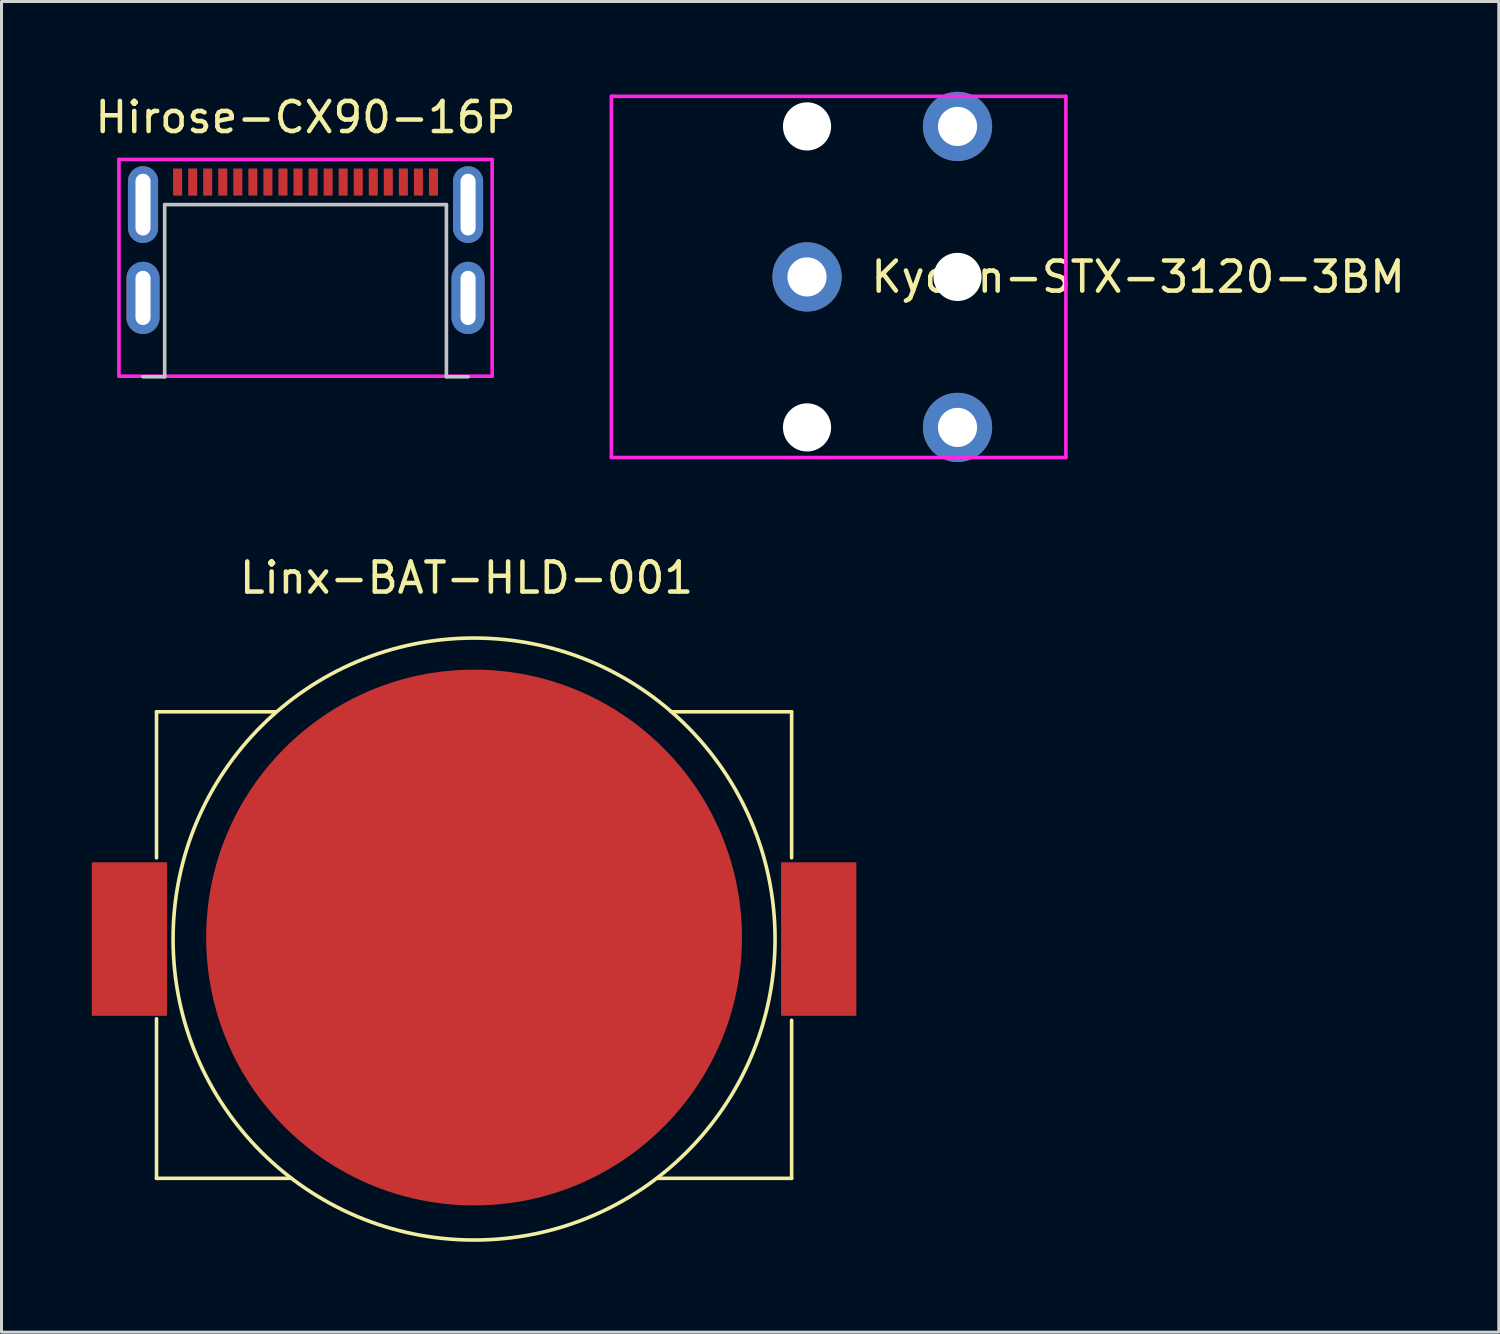
<source format=kicad_pcb>
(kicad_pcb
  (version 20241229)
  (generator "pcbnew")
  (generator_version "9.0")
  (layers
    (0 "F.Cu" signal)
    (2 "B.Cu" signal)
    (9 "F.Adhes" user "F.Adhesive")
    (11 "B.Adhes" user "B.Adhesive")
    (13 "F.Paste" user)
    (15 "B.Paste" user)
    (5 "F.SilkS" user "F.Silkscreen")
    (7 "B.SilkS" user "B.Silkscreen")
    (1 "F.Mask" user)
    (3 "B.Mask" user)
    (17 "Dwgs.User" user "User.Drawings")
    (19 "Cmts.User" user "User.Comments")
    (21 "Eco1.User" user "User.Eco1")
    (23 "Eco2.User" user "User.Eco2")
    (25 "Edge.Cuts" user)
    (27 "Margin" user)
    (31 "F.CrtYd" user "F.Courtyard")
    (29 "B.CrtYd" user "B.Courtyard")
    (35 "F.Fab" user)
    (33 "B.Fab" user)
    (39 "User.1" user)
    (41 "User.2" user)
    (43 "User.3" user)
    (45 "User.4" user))
  (footprint "Kycon-STX-3120-3BM"
    (layer "F.Cu")
    (at 23.762 6.15)
    (property "Reference" "Kycon-STX-3120-3BM" (at 11 0 0) (layer "F.SilkS") (effects (font (size 1 1) (thickness 0.15))))
    (attr through_hole)
    (fp_line (start -6.5 -6) (end -6.4 -6) (stroke (width 0.12) (type solid)) (layer "F.CrtYd"))
    (fp_line (start -6.5 6) (end -6.5 -6) (stroke (width 0.12) (type solid)) (layer "F.CrtYd"))
    (fp_line (start -6.4 -6) (end 8.6 -6) (stroke (width 0.12) (type solid)) (layer "F.CrtYd"))
    (fp_line (start 8.6 -6) (end 8.6 6) (stroke (width 0.12) (type solid)) (layer "F.CrtYd"))
    (fp_line (start 8.6 6) (end -6.5 6) (stroke (width 0.12) (type solid)) (layer "F.CrtYd"))
    (pad "" np_thru_hole circle (at 0 -5) (size 1.6 1.6) (drill 1.6) (layers "*.Cu" "*.Mask"))
    (pad "" np_thru_hole circle (at 0 5) (size 1.6 1.6) (drill 1.6) (layers "*.Cu" "*.Mask"))
    (pad "" np_thru_hole circle (at 5 0) (size 1.6 1.6) (drill 1.6) (layers "*.Cu" "*.Mask"))
    (pad "R" thru_hole circle (at 5 5) (size 2.3 2.3) (drill 1.3) (layers "*.Cu" "*.Mask"))
    (pad "S" thru_hole circle (at 0 0) (size 2.3 2.3) (drill 1.3) (layers "*.Cu" "*.Mask"))
    (pad "T" thru_hole circle (at 5 -5) (size 2.3 2.3) (drill 1.3) (layers "*.Cu" "*.Mask")))
  (footprint "Linx-BAT-HLD-001"
    (layer "F.Cu")
    (at 12.7 28.148)
    (property "Reference" "Linx-BAT-HLD-001" (at -0.25 -12 0) (layer "F.SilkS") (effects (font (size 1 1) (thickness 0.15))))
    (attr through_hole)
    (fp_line (start -10.55 -7.55) (end -10.55 -2.7) (stroke (width 0.12) (type solid)) (layer "F.SilkS"))
    (fp_line (start -10.55 -7.55) (end -6.6 -7.55) (stroke (width 0.12) (type solid)) (layer "F.SilkS"))
    (fp_line (start -10.55 2.65) (end -10.55 7.95) (stroke (width 0.12) (type solid)) (layer "F.SilkS"))
    (fp_line (start -10.55 7.95) (end -6.1 7.95) (stroke (width 0.12) (type solid)) (layer "F.SilkS"))
    (fp_line (start 10.55 -7.55) (end 6.55 -7.55) (stroke (width 0.12) (type solid)) (layer "F.SilkS"))
    (fp_line (start 10.55 -7.55) (end 10.55 -2.7) (stroke (width 0.12) (type solid)) (layer "F.SilkS"))
    (fp_line (start 10.55 2.7) (end 10.55 7.95) (stroke (width 0.12) (type solid)) (layer "F.SilkS"))
    (fp_line (start 10.55 7.95) (end 6.1 7.95) (stroke (width 0.12) (type solid)) (layer "F.SilkS"))
    (fp_circle (center 0 0) (end 10 0) (stroke (width 0.12) (type solid)) (fill no) (layer "F.SilkS"))
    (pad "1" smd rect (at -11.45 0) (size 2.5 5.1) (layers "F.Cu" "F.Mask" "F.Paste"))
    (pad "1" smd rect (at 11.45 0) (size 2.5 5.1) (layers "F.Cu" "F.Mask" "F.Paste"))
    (pad "2" smd circle (at 0 -0.05) (size 17.8 17.8) (layers "F.Cu" "F.Mask" "F.Paste")))
  (footprint "Hirose-CX90-16P"
    (layer "F.Cu")
    (at 7.101 6.848)
    (property "Reference" "Hirose-CX90-16P" (at 0 -6 0) (layer "F.SilkS") (effects (font (size 1 1) (thickness 0.15))))
    (attr through_hole)
    (fp_line (start -5.4 2.62) (end -4.68 2.62) (stroke (width 0.12) (type solid)) (layer "Dwgs.User"))
    (fp_line (start -4.68 -3.1) (end 4.68 -3.1) (stroke (width 0.12) (type solid)) (layer "Dwgs.User"))
    (fp_line (start -4.68 2.62) (end -4.68 -3.1) (stroke (width 0.12) (type solid)) (layer "Dwgs.User"))
    (fp_line (start 4.68 -3.1) (end 4.68 2.62) (stroke (width 0.12) (type solid)) (layer "Dwgs.User"))
    (fp_line (start 4.68 2.62) (end 5.4 2.62) (stroke (width 0.12) (type solid)) (layer "Dwgs.User"))
    (fp_line (start -6.2 -4.6) (end 6.2 -4.6) (stroke (width 0.12) (type solid)) (layer "F.CrtYd"))
    (fp_line (start -6.2 2.6) (end -6.2 -4.6) (stroke (width 0.12) (type solid)) (layer "F.CrtYd"))
    (fp_line (start 6.2 -4.6) (end 6.2 2.6) (stroke (width 0.12) (type solid)) (layer "F.CrtYd"))
    (fp_line (start 6.2 2.6) (end -6.2 2.6) (stroke (width 0.12) (type solid)) (layer "F.CrtYd"))
    (pad "" thru_hole oval (at -5.4 -3.1) (size 1 2.55) (drill oval 0.5 2.05) (layers "*.Cu" "*.Mask"))
    (pad "" thru_hole oval (at -5.4 0) (size 1.1 2.4) (drill oval 0.5 1.8) (layers "*.Cu" "*.Mask"))
    (pad "" smd rect (at -4.25 -3.85) (size 0.3 0.9) (layers "F.Cu" "F.Mask" "F.Paste"))
    (pad "" smd rect (at 4.25 -3.85) (size 0.3 0.9) (layers "F.Cu" "F.Mask" "F.Paste"))
    (pad "" thru_hole oval (at 5.4 -3.1) (size 1 2.55) (drill oval 0.5 2.05) (layers "*.Cu" "*.Mask"))
    (pad "" thru_hole oval (at 5.4 0) (size 1.1 2.4) (drill oval 0.5 1.8) (layers "*.Cu" "*.Mask"))
    (pad "A1" smd rect (at -3.75 -3.85) (size 0.3 0.9) (layers "F.Cu" "F.Mask" "F.Paste"))
    (pad "A4" smd rect (at -2.75 -3.85) (size 0.3 0.9) (layers "F.Cu" "F.Mask" "F.Paste"))
    (pad "A5" smd rect (at -1.75 -3.85) (size 0.3 0.9) (layers "F.Cu" "F.Mask" "F.Paste"))
    (pad "A6" smd rect (at -0.75 -3.85) (size 0.3 0.9) (layers "F.Cu" "F.Mask" "F.Paste"))
    (pad "A7" smd rect (at 0.75 -3.85) (size 0.3 0.9) (layers "F.Cu" "F.Mask" "F.Paste"))
    (pad "A8" connect rect (at 1.75 -3.85) (size 0.3 0.9) (layers "F.Cu" "F.Mask"))
    (pad "A9" connect rect (at 2.75 -3.85) (size 0.3 0.9) (layers "F.Cu" "F.Mask"))
    (pad "A12" smd rect (at 3.75 -3.85) (size 0.3 0.9) (layers "F.Cu" "F.Mask" "F.Paste"))
    (pad "B1" connect rect (at 3.25 -3.85) (size 0.3 0.9) (layers "F.Cu" "F.Mask"))
    (pad "B4" connect rect (at 2.25 -3.85) (size 0.3 0.9) (layers "F.Cu" "F.Mask"))
    (pad "B5" smd rect (at 1.25 -3.85) (size 0.3 0.9) (layers "F.Cu" "F.Mask" "F.Paste"))
    (pad "B6" smd rect (at 0.25 -3.85) (size 0.3 0.9) (layers "F.Cu" "F.Mask" "F.Paste"))
    (pad "B7" smd rect (at -0.25 -3.85) (size 0.3 0.9) (layers "F.Cu" "F.Mask" "F.Paste"))
    (pad "B8" smd rect (at -1.25 -3.85) (size 0.3 0.9) (layers "F.Cu" "F.Mask" "F.Paste"))
    (pad "B9" smd rect (at -2.25 -3.85) (size 0.3 0.9) (layers "F.Cu" "F.Mask" "F.Paste"))
    (pad "B12" smd rect (at -3.25 -3.85) (size 0.3 0.9) (layers "F.Cu" "F.Mask" "F.Paste")))
  (gr_rect
    (start -3 -3)
    (end 46.745 41.208)
    (stroke (width 0.1) (type default))
    (fill no)
    (layer "Edge.Cuts")))
</source>
